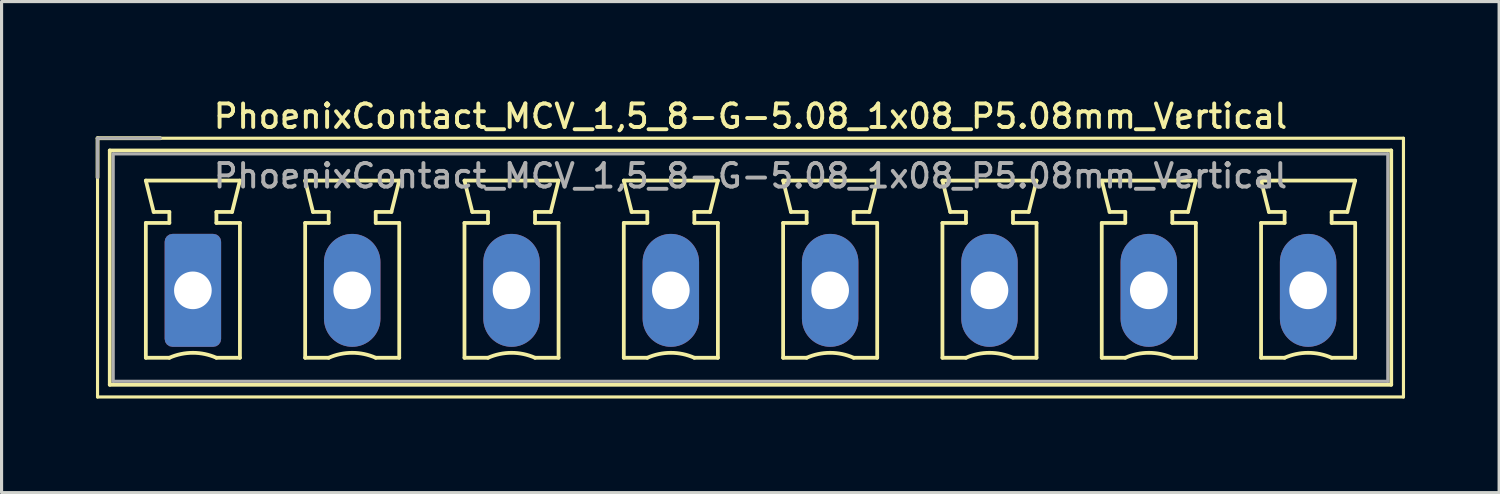
<source format=kicad_pcb>
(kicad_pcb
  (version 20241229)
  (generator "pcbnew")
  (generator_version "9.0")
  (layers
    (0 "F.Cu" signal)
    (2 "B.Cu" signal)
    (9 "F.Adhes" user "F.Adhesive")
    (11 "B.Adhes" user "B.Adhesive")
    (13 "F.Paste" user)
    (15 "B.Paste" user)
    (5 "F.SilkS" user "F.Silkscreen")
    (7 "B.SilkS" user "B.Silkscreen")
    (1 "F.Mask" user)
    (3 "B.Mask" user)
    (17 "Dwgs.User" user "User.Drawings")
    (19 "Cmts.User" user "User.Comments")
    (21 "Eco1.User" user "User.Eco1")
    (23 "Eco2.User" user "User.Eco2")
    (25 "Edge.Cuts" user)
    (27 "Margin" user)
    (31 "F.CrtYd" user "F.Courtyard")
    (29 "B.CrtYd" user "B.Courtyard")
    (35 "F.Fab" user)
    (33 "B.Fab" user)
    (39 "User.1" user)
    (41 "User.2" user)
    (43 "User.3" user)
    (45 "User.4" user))
  (footprint "PhoenixContact_MCV_1,5_8-G-5.08_1x08_P5.08mm_Vertical"
    (layer "F.Cu")
    (at 3.1 6.208)
    (property "Reference" "PhoenixContact_MCV_1,5_8-G-5.08_1x08_P5.08mm_Vertical" (at 17.78 -5.55 0) (layer "F.SilkS") (effects (font (size 0.75 0.75) (thickness 0.125))))
    (attr through_hole)
    (fp_line (start -3.04 -4.85) (end -3.04 3.4) (stroke (width 0.1) (type solid)) (layer "F.SilkS"))
    (fp_line (start -3.04 -4.85) (end -1.04 -4.85) (stroke (width 0.12) (type solid)) (layer "F.SilkS"))
    (fp_line (start -3.04 -3.6) (end -3.04 -4.85) (stroke (width 0.12) (type solid)) (layer "F.SilkS"))
    (fp_line (start -3.04 3.4) (end 38.6 3.4) (stroke (width 0.1) (type solid)) (layer "F.SilkS"))
    (fp_line (start -2.65 -4.46) (end -2.65 3.01) (stroke (width 0.12) (type solid)) (layer "F.SilkS"))
    (fp_line (start -2.65 3.01) (end 38.21 3.01) (stroke (width 0.12) (type solid)) (layer "F.SilkS"))
    (fp_line (start -1.5 -3.5) (end 1.5 -3.5) (stroke (width 0.12) (type solid)) (layer "F.SilkS"))
    (fp_line (start -1.5 -2.15) (end -0.75 -2.15) (stroke (width 0.12) (type solid)) (layer "F.SilkS"))
    (fp_line (start -1.5 2.15) (end -1.5 -2.15) (stroke (width 0.12) (type solid)) (layer "F.SilkS"))
    (fp_line (start -1.25 -2.5) (end -1.5 -3.5) (stroke (width 0.12) (type solid)) (layer "F.SilkS"))
    (fp_line (start -0.75 -2.5) (end -1.25 -2.5) (stroke (width 0.12) (type solid)) (layer "F.SilkS"))
    (fp_line (start -0.75 -2.15) (end -0.75 -2.5) (stroke (width 0.12) (type solid)) (layer "F.SilkS"))
    (fp_line (start -0.75 2.15) (end -1.5 2.15) (stroke (width 0.12) (type solid)) (layer "F.SilkS"))
    (fp_line (start 0.75 -2.5) (end 0.75 -2.15) (stroke (width 0.12) (type solid)) (layer "F.SilkS"))
    (fp_line (start 0.75 -2.15) (end 1.5 -2.15) (stroke (width 0.12) (type solid)) (layer "F.SilkS"))
    (fp_line (start 1.25 -2.5) (end 0.75 -2.5) (stroke (width 0.12) (type solid)) (layer "F.SilkS"))
    (fp_line (start 1.5 -3.5) (end 1.25 -2.5) (stroke (width 0.12) (type solid)) (layer "F.SilkS"))
    (fp_line (start 1.5 -2.15) (end 1.5 2.15) (stroke (width 0.12) (type solid)) (layer "F.SilkS"))
    (fp_line (start 1.5 2.15) (end 0.75 2.15) (stroke (width 0.12) (type solid)) (layer "F.SilkS"))
    (fp_line (start 3.58 -3.5) (end 6.58 -3.5) (stroke (width 0.12) (type solid)) (layer "F.SilkS"))
    (fp_line (start 3.58 -2.15) (end 4.33 -2.15) (stroke (width 0.12) (type solid)) (layer "F.SilkS"))
    (fp_line (start 3.58 2.15) (end 3.58 -2.15) (stroke (width 0.12) (type solid)) (layer "F.SilkS"))
    (fp_line (start 3.83 -2.5) (end 3.58 -3.5) (stroke (width 0.12) (type solid)) (layer "F.SilkS"))
    (fp_line (start 4.33 -2.5) (end 3.83 -2.5) (stroke (width 0.12) (type solid)) (layer "F.SilkS"))
    (fp_line (start 4.33 -2.15) (end 4.33 -2.5) (stroke (width 0.12) (type solid)) (layer "F.SilkS"))
    (fp_line (start 4.33 2.15) (end 3.58 2.15) (stroke (width 0.12) (type solid)) (layer "F.SilkS"))
    (fp_line (start 5.83 -2.5) (end 5.83 -2.15) (stroke (width 0.12) (type solid)) (layer "F.SilkS"))
    (fp_line (start 5.83 -2.15) (end 6.58 -2.15) (stroke (width 0.12) (type solid)) (layer "F.SilkS"))
    (fp_line (start 6.33 -2.5) (end 5.83 -2.5) (stroke (width 0.12) (type solid)) (layer "F.SilkS"))
    (fp_line (start 6.58 -3.5) (end 6.33 -2.5) (stroke (width 0.12) (type solid)) (layer "F.SilkS"))
    (fp_line (start 6.58 -2.15) (end 6.58 2.15) (stroke (width 0.12) (type solid)) (layer "F.SilkS"))
    (fp_line (start 6.58 2.15) (end 5.83 2.15) (stroke (width 0.12) (type solid)) (layer "F.SilkS"))
    (fp_line (start 8.66 -3.5) (end 11.66 -3.5) (stroke (width 0.12) (type solid)) (layer "F.SilkS"))
    (fp_line (start 8.66 -2.15) (end 9.41 -2.15) (stroke (width 0.12) (type solid)) (layer "F.SilkS"))
    (fp_line (start 8.66 2.15) (end 8.66 -2.15) (stroke (width 0.12) (type solid)) (layer "F.SilkS"))
    (fp_line (start 8.91 -2.5) (end 8.66 -3.5) (stroke (width 0.12) (type solid)) (layer "F.SilkS"))
    (fp_line (start 9.41 -2.5) (end 8.91 -2.5) (stroke (width 0.12) (type solid)) (layer "F.SilkS"))
    (fp_line (start 9.41 -2.15) (end 9.41 -2.5) (stroke (width 0.12) (type solid)) (layer "F.SilkS"))
    (fp_line (start 9.41 2.15) (end 8.66 2.15) (stroke (width 0.12) (type solid)) (layer "F.SilkS"))
    (fp_line (start 10.91 -2.5) (end 10.91 -2.15) (stroke (width 0.12) (type solid)) (layer "F.SilkS"))
    (fp_line (start 10.91 -2.15) (end 11.66 -2.15) (stroke (width 0.12) (type solid)) (layer "F.SilkS"))
    (fp_line (start 11.41 -2.5) (end 10.91 -2.5) (stroke (width 0.12) (type solid)) (layer "F.SilkS"))
    (fp_line (start 11.66 -3.5) (end 11.41 -2.5) (stroke (width 0.12) (type solid)) (layer "F.SilkS"))
    (fp_line (start 11.66 -2.15) (end 11.66 2.15) (stroke (width 0.12) (type solid)) (layer "F.SilkS"))
    (fp_line (start 11.66 2.15) (end 10.91 2.15) (stroke (width 0.12) (type solid)) (layer "F.SilkS"))
    (fp_line (start 13.74 -3.5) (end 16.74 -3.5) (stroke (width 0.12) (type solid)) (layer "F.SilkS"))
    (fp_line (start 13.74 -2.15) (end 14.49 -2.15) (stroke (width 0.12) (type solid)) (layer "F.SilkS"))
    (fp_line (start 13.74 2.15) (end 13.74 -2.15) (stroke (width 0.12) (type solid)) (layer "F.SilkS"))
    (fp_line (start 13.99 -2.5) (end 13.74 -3.5) (stroke (width 0.12) (type solid)) (layer "F.SilkS"))
    (fp_line (start 14.49 -2.5) (end 13.99 -2.5) (stroke (width 0.12) (type solid)) (layer "F.SilkS"))
    (fp_line (start 14.49 -2.15) (end 14.49 -2.5) (stroke (width 0.12) (type solid)) (layer "F.SilkS"))
    (fp_line (start 14.49 2.15) (end 13.74 2.15) (stroke (width 0.12) (type solid)) (layer "F.SilkS"))
    (fp_line (start 15.99 -2.5) (end 15.99 -2.15) (stroke (width 0.12) (type solid)) (layer "F.SilkS"))
    (fp_line (start 15.99 -2.15) (end 16.74 -2.15) (stroke (width 0.12) (type solid)) (layer "F.SilkS"))
    (fp_line (start 16.49 -2.5) (end 15.99 -2.5) (stroke (width 0.12) (type solid)) (layer "F.SilkS"))
    (fp_line (start 16.74 -3.5) (end 16.49 -2.5) (stroke (width 0.12) (type solid)) (layer "F.SilkS"))
    (fp_line (start 16.74 -2.15) (end 16.74 2.15) (stroke (width 0.12) (type solid)) (layer "F.SilkS"))
    (fp_line (start 16.74 2.15) (end 15.99 2.15) (stroke (width 0.12) (type solid)) (layer "F.SilkS"))
    (fp_line (start 18.82 -3.5) (end 21.82 -3.5) (stroke (width 0.12) (type solid)) (layer "F.SilkS"))
    (fp_line (start 18.82 -2.15) (end 19.57 -2.15) (stroke (width 0.12) (type solid)) (layer "F.SilkS"))
    (fp_line (start 18.82 2.15) (end 18.82 -2.15) (stroke (width 0.12) (type solid)) (layer "F.SilkS"))
    (fp_line (start 19.07 -2.5) (end 18.82 -3.5) (stroke (width 0.12) (type solid)) (layer "F.SilkS"))
    (fp_line (start 19.57 -2.5) (end 19.07 -2.5) (stroke (width 0.12) (type solid)) (layer "F.SilkS"))
    (fp_line (start 19.57 -2.15) (end 19.57 -2.5) (stroke (width 0.12) (type solid)) (layer "F.SilkS"))
    (fp_line (start 19.57 2.15) (end 18.82 2.15) (stroke (width 0.12) (type solid)) (layer "F.SilkS"))
    (fp_line (start 21.07 -2.5) (end 21.07 -2.15) (stroke (width 0.12) (type solid)) (layer "F.SilkS"))
    (fp_line (start 21.07 -2.15) (end 21.82 -2.15) (stroke (width 0.12) (type solid)) (layer "F.SilkS"))
    (fp_line (start 21.57 -2.5) (end 21.07 -2.5) (stroke (width 0.12) (type solid)) (layer "F.SilkS"))
    (fp_line (start 21.82 -3.5) (end 21.57 -2.5) (stroke (width 0.12) (type solid)) (layer "F.SilkS"))
    (fp_line (start 21.82 -2.15) (end 21.82 2.15) (stroke (width 0.12) (type solid)) (layer "F.SilkS"))
    (fp_line (start 21.82 2.15) (end 21.07 2.15) (stroke (width 0.12) (type solid)) (layer "F.SilkS"))
    (fp_line (start 23.9 -3.5) (end 26.9 -3.5) (stroke (width 0.12) (type solid)) (layer "F.SilkS"))
    (fp_line (start 23.9 -2.15) (end 24.65 -2.15) (stroke (width 0.12) (type solid)) (layer "F.SilkS"))
    (fp_line (start 23.9 2.15) (end 23.9 -2.15) (stroke (width 0.12) (type solid)) (layer "F.SilkS"))
    (fp_line (start 24.15 -2.5) (end 23.9 -3.5) (stroke (width 0.12) (type solid)) (layer "F.SilkS"))
    (fp_line (start 24.65 -2.5) (end 24.15 -2.5) (stroke (width 0.12) (type solid)) (layer "F.SilkS"))
    (fp_line (start 24.65 -2.15) (end 24.65 -2.5) (stroke (width 0.12) (type solid)) (layer "F.SilkS"))
    (fp_line (start 24.65 2.15) (end 23.9 2.15) (stroke (width 0.12) (type solid)) (layer "F.SilkS"))
    (fp_line (start 26.15 -2.5) (end 26.15 -2.15) (stroke (width 0.12) (type solid)) (layer "F.SilkS"))
    (fp_line (start 26.15 -2.15) (end 26.9 -2.15) (stroke (width 0.12) (type solid)) (layer "F.SilkS"))
    (fp_line (start 26.65 -2.5) (end 26.15 -2.5) (stroke (width 0.12) (type solid)) (layer "F.SilkS"))
    (fp_line (start 26.9 -3.5) (end 26.65 -2.5) (stroke (width 0.12) (type solid)) (layer "F.SilkS"))
    (fp_line (start 26.9 -2.15) (end 26.9 2.15) (stroke (width 0.12) (type solid)) (layer "F.SilkS"))
    (fp_line (start 26.9 2.15) (end 26.15 2.15) (stroke (width 0.12) (type solid)) (layer "F.SilkS"))
    (fp_line (start 28.98 -3.5) (end 31.98 -3.5) (stroke (width 0.12) (type solid)) (layer "F.SilkS"))
    (fp_line (start 28.98 -2.15) (end 29.73 -2.15) (stroke (width 0.12) (type solid)) (layer "F.SilkS"))
    (fp_line (start 28.98 2.15) (end 28.98 -2.15) (stroke (width 0.12) (type solid)) (layer "F.SilkS"))
    (fp_line (start 29.23 -2.5) (end 28.98 -3.5) (stroke (width 0.12) (type solid)) (layer "F.SilkS"))
    (fp_line (start 29.73 -2.5) (end 29.23 -2.5) (stroke (width 0.12) (type solid)) (layer "F.SilkS"))
    (fp_line (start 29.73 -2.15) (end 29.73 -2.5) (stroke (width 0.12) (type solid)) (layer "F.SilkS"))
    (fp_line (start 29.73 2.15) (end 28.98 2.15) (stroke (width 0.12) (type solid)) (layer "F.SilkS"))
    (fp_line (start 31.23 -2.5) (end 31.23 -2.15) (stroke (width 0.12) (type solid)) (layer "F.SilkS"))
    (fp_line (start 31.23 -2.15) (end 31.98 -2.15) (stroke (width 0.12) (type solid)) (layer "F.SilkS"))
    (fp_line (start 31.73 -2.5) (end 31.23 -2.5) (stroke (width 0.12) (type solid)) (layer "F.SilkS"))
    (fp_line (start 31.98 -3.5) (end 31.73 -2.5) (stroke (width 0.12) (type solid)) (layer "F.SilkS"))
    (fp_line (start 31.98 -2.15) (end 31.98 2.15) (stroke (width 0.12) (type solid)) (layer "F.SilkS"))
    (fp_line (start 31.98 2.15) (end 31.23 2.15) (stroke (width 0.12) (type solid)) (layer "F.SilkS"))
    (fp_line (start 34.06 -3.5) (end 37.06 -3.5) (stroke (width 0.12) (type solid)) (layer "F.SilkS"))
    (fp_line (start 34.06 -2.15) (end 34.81 -2.15) (stroke (width 0.12) (type solid)) (layer "F.SilkS"))
    (fp_line (start 34.06 2.15) (end 34.06 -2.15) (stroke (width 0.12) (type solid)) (layer "F.SilkS"))
    (fp_line (start 34.31 -2.5) (end 34.06 -3.5) (stroke (width 0.12) (type solid)) (layer "F.SilkS"))
    (fp_line (start 34.81 -2.5) (end 34.31 -2.5) (stroke (width 0.12) (type solid)) (layer "F.SilkS"))
    (fp_line (start 34.81 -2.15) (end 34.81 -2.5) (stroke (width 0.12) (type solid)) (layer "F.SilkS"))
    (fp_line (start 34.81 2.15) (end 34.06 2.15) (stroke (width 0.12) (type solid)) (layer "F.SilkS"))
    (fp_line (start 36.31 -2.5) (end 36.31 -2.15) (stroke (width 0.12) (type solid)) (layer "F.SilkS"))
    (fp_line (start 36.31 -2.15) (end 37.06 -2.15) (stroke (width 0.12) (type solid)) (layer "F.SilkS"))
    (fp_line (start 36.81 -2.5) (end 36.31 -2.5) (stroke (width 0.12) (type solid)) (layer "F.SilkS"))
    (fp_line (start 37.06 -3.5) (end 36.81 -2.5) (stroke (width 0.12) (type solid)) (layer "F.SilkS"))
    (fp_line (start 37.06 -2.15) (end 37.06 2.15) (stroke (width 0.12) (type solid)) (layer "F.SilkS"))
    (fp_line (start 37.06 2.15) (end 36.31 2.15) (stroke (width 0.12) (type solid)) (layer "F.SilkS"))
    (fp_line (start 38.21 -4.46) (end -2.65 -4.46) (stroke (width 0.12) (type solid)) (layer "F.SilkS"))
    (fp_line (start 38.21 3.01) (end 38.21 -4.46) (stroke (width 0.12) (type solid)) (layer "F.SilkS"))
    (fp_line (start 38.6 -4.85) (end -3.04 -4.85) (stroke (width 0.1) (type solid)) (layer "F.SilkS"))
    (fp_line (start 38.6 3.4) (end 38.6 -4.85) (stroke (width 0.1) (type solid)) (layer "F.SilkS"))
    (fp_arc (start -0.75 2.15) (mid -0.000193 1.99191) (end 0.749647 2.149844) (stroke (width 0.12) (type solid)) (layer "F.SilkS"))
    (fp_arc (start 4.33 2.15) (mid 5.079807 1.99191) (end 5.829647 2.149844) (stroke (width 0.12) (type solid)) (layer "F.SilkS"))
    (fp_arc (start 9.41 2.15) (mid 10.159807 1.99191) (end 10.909647 2.149844) (stroke (width 0.12) (type solid)) (layer "F.SilkS"))
    (fp_arc (start 14.49 2.15) (mid 15.239807 1.99191) (end 15.989647 2.149844) (stroke (width 0.12) (type solid)) (layer "F.SilkS"))
    (fp_arc (start 19.57 2.15) (mid 20.319807 1.99191) (end 21.069647 2.149844) (stroke (width 0.12) (type solid)) (layer "F.SilkS"))
    (fp_arc (start 24.65 2.15) (mid 25.399807 1.99191) (end 26.149647 2.149844) (stroke (width 0.12) (type solid)) (layer "F.SilkS"))
    (fp_arc (start 29.73 2.15) (mid 30.479807 1.99191) (end 31.229647 2.149844) (stroke (width 0.12) (type solid)) (layer "F.SilkS"))
    (fp_arc (start 34.81 2.15) (mid 35.559807 1.99191) (end 36.309647 2.149844) (stroke (width 0.12) (type solid)) (layer "F.SilkS"))
    (fp_line (start -3.04 -4.85) (end -1.04 -4.85) (stroke (width 0.1) (type solid)) (layer "F.Fab"))
    (fp_line (start -3.04 -3.6) (end -3.04 -4.85) (stroke (width 0.1) (type solid)) (layer "F.Fab"))
    (fp_line (start -2.54 -4.35) (end -2.54 2.9) (stroke (width 0.1) (type solid)) (layer "F.Fab"))
    (fp_line (start -2.54 2.9) (end 38.1 2.9) (stroke (width 0.1) (type solid)) (layer "F.Fab"))
    (fp_line (start 38.1 -4.35) (end -2.54 -4.35) (stroke (width 0.1) (type solid)) (layer "F.Fab"))
    (fp_line (start 38.1 2.9) (end 38.1 -4.35) (stroke (width 0.1) (type solid)) (layer "F.Fab"))
    (fp_text user "${REFERENCE}" (at 17.78 -3.65 0) (layer "F.Fab") (effects (font (size 0.75 0.75) (thickness 0.125))))
    (pad "1" thru_hole roundrect (at 0 0) (size 1.8 3.6) (drill 1.2) (layers "*.Cu" "*.Mask") (roundrect_rratio 0.139))
    (pad "2" thru_hole oval (at 5.08 0) (size 1.8 3.6) (drill 1.2) (layers "*.Cu" "*.Mask"))
    (pad "3" thru_hole oval (at 10.16 0) (size 1.8 3.6) (drill 1.2) (layers "*.Cu" "*.Mask"))
    (pad "4" thru_hole oval (at 15.24 0) (size 1.8 3.6) (drill 1.2) (layers "*.Cu" "*.Mask"))
    (pad "5" thru_hole oval (at 20.32 0) (size 1.8 3.6) (drill 1.2) (layers "*.Cu" "*.Mask"))
    (pad "6" thru_hole oval (at 25.4 0) (size 1.8 3.6) (drill 1.2) (layers "*.Cu" "*.Mask"))
    (pad "7" thru_hole oval (at 30.48 0) (size 1.8 3.6) (drill 1.2) (layers "*.Cu" "*.Mask"))
    (pad "8" thru_hole oval (at 35.56 0) (size 1.8 3.6) (drill 1.2) (layers "*.Cu" "*.Mask")))
  (gr_rect
    (start -3 -3)
    (end 44.75 12.658)
    (stroke (width 0.1) (type default))
    (fill no)
    (layer "Edge.Cuts")))
</source>
